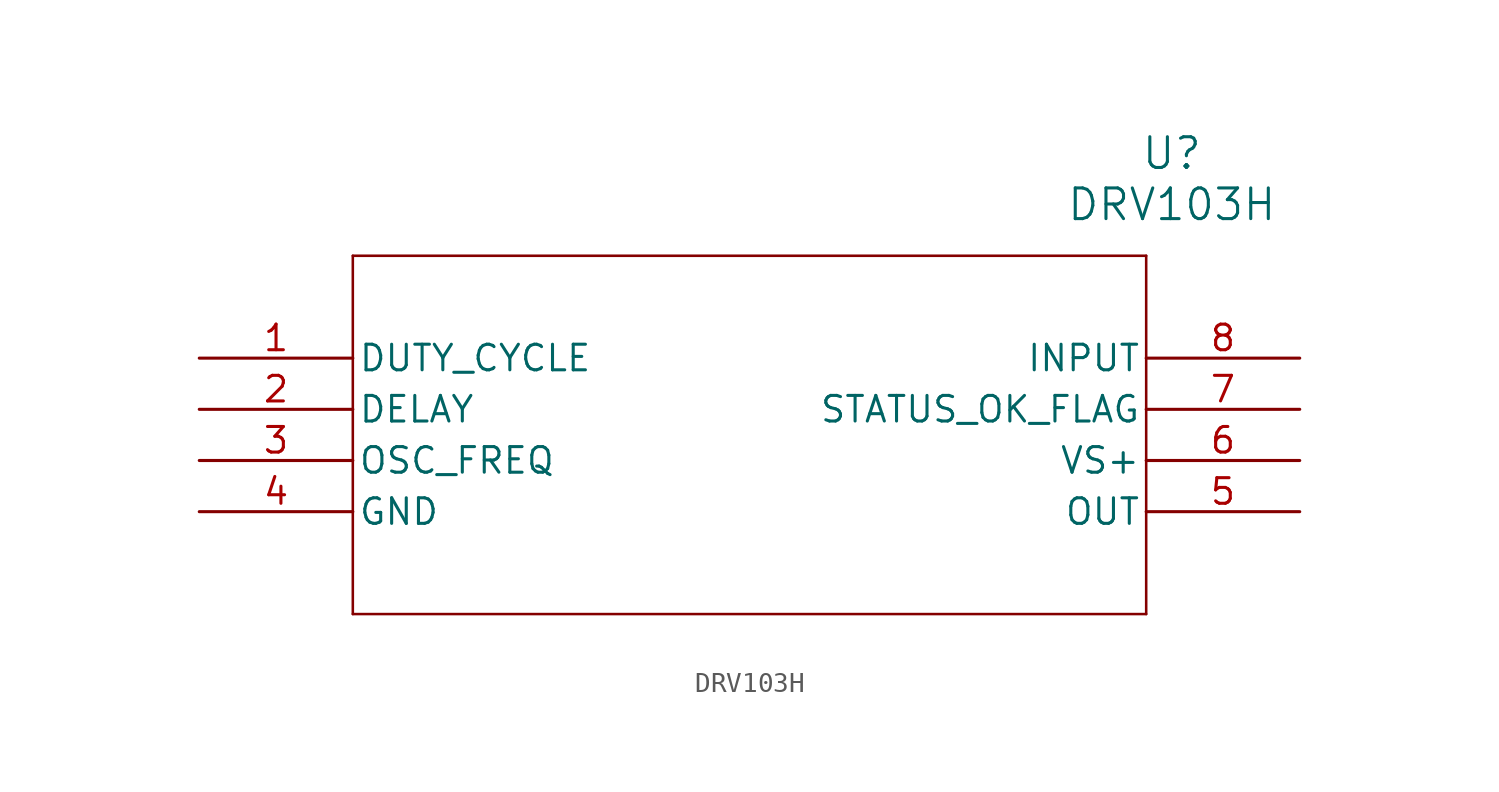
<source format=kicad_sym>
(kicad_symbol_lib
  (version 20241209)
  (generator "kicad_symbol_editor")
  (generator_version "9.0")
  (symbol "DRV103H"
    (pin_names
      (offset 0.254))
    (property "Reference" "U"
      (at 48.26 10.16 0)
      (effects (font (size 1.524 1.524))))
    (property "Value" "DRV103H"
      (at 48.26 7.62 0)
      (effects (font (size 1.524 1.524))))
    (symbol "DRV103H_0_1"
      (polyline (pts (xy 7.62 5.08) (xy 7.62 -12.7)) (stroke (width 0.127) (type default)) (fill (type none)))
      (polyline (pts (xy 7.62 -12.7) (xy 46.99 -12.7)) (stroke (width 0.127) (type default)) (fill (type none)))
      (polyline (pts (xy 46.99 5.08) (xy 7.62 5.08)) (stroke (width 0.127) (type default)) (fill (type none)))
      (polyline (pts (xy 46.99 -12.7) (xy 46.99 5.08)) (stroke (width 0.127) (type default)) (fill (type none)))
      (pin passive line (at 0 -7.62 0) (length 7.62) (name "GND" (effects (font (size 1.27 1.27)))) (number "4" (effects (font (size 1.27 1.27)))))
      (pin passive line (at 54.61 0 180) (length 7.62) (name "INPUT" (effects (font (size 1.27 1.27)))) (number "8" (effects (font (size 1.27 1.27)))))
      (pin passive line (at 54.61 -5.08 180) (length 7.62) (name "VS+" (effects (font (size 1.27 1.27)))) (number "6" (effects (font (size 1.27 1.27)))))
      (pin passive line (at 54.61 -7.62 180) (length 7.62) (name "OUT" (effects (font (size 1.27 1.27)))) (number "5" (effects (font (size 1.27 1.27))))))
    (symbol "DRV103H_1_1"
      (pin passive line (at 0 0 0) (length 7.62) (name "DUTY_CYCLE" (effects (font (size 1.27 1.27)))) (number "1" (effects (font (size 1.27 1.27)))))
      (pin passive line (at 0 -2.54 0) (length 7.62) (name "DELAY" (effects (font (size 1.27 1.27)))) (number "2" (effects (font (size 1.27 1.27)))))
      (pin passive line (at 0 -5.08 0) (length 7.62) (name "OSC_FREQ" (effects (font (size 1.27 1.27)))) (number "3" (effects (font (size 1.27 1.27)))))
      (pin passive line (at 54.61 -2.54 180) (length 7.62) (name "STATUS_OK_FLAG" (effects (font (size 1.27 1.27)))) (number "7" (effects (font (size 1.27 1.27))))))))
</source>
